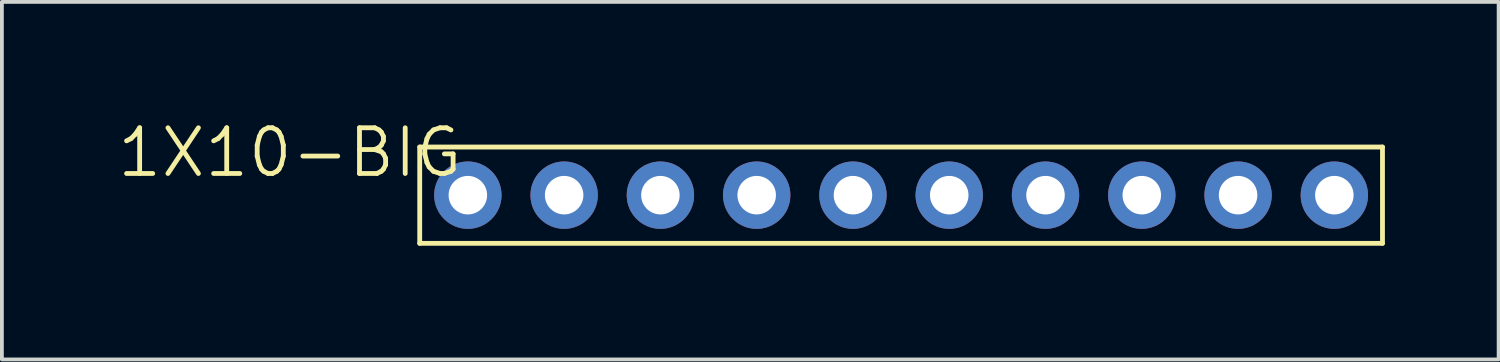
<source format=kicad_pcb>
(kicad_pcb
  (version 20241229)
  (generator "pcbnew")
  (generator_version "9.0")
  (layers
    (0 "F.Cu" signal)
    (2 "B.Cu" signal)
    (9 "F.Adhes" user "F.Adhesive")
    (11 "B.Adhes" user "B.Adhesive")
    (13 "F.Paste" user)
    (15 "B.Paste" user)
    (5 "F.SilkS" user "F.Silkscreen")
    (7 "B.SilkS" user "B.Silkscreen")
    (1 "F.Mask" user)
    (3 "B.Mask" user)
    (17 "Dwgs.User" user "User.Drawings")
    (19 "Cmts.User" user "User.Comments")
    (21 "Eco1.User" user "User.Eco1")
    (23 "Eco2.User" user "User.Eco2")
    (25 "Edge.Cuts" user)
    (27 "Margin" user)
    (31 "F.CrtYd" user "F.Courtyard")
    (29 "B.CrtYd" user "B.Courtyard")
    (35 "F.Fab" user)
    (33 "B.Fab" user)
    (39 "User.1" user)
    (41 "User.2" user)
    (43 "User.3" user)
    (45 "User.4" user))
  (footprint "1X10-BIG"
    (layer "F.Cu")
    (at 20.723 2.099)
    (property "Reference" "1X10-BIG" (at -11.506 -1.829 0) (layer "F.SilkS") (effects (font (size 1.206 1.206) (thickness 0.127)) (justify right top)))
    (attr through_hole)
    (fp_line (start -12.7 -1.27) (end 12.7 -1.27) (stroke (width 0.127) (type solid)) (layer "F.SilkS"))
    (fp_line (start -12.7 1.27) (end -12.7 -1.27) (stroke (width 0.127) (type solid)) (layer "F.SilkS"))
    (fp_line (start 12.7 -1.27) (end 12.7 1.27) (stroke (width 0.127) (type solid)) (layer "F.SilkS"))
    (fp_line (start 12.7 1.27) (end -12.7 1.27) (stroke (width 0.127) (type solid)) (layer "F.SilkS"))
    (fp_poly (pts (xy -11.684 0.254) (xy -11.176 0.254) (xy -11.176 -0.254) (xy -11.684 -0.254)) (stroke (width 0.1) (type solid)) (fill no) (layer "F.Fab"))
    (fp_poly (pts (xy -9.144 0.254) (xy -8.636 0.254) (xy -8.636 -0.254) (xy -9.144 -0.254)) (stroke (width 0.1) (type solid)) (fill no) (layer "F.Fab"))
    (fp_poly (pts (xy -6.604 0.254) (xy -6.096 0.254) (xy -6.096 -0.254) (xy -6.604 -0.254)) (stroke (width 0.1) (type solid)) (fill no) (layer "F.Fab"))
    (fp_poly (pts (xy -4.064 0.254) (xy -3.556 0.254) (xy -3.556 -0.254) (xy -4.064 -0.254)) (stroke (width 0.1) (type solid)) (fill no) (layer "F.Fab"))
    (fp_poly (pts (xy -1.524 0.254) (xy -1.016 0.254) (xy -1.016 -0.254) (xy -1.524 -0.254)) (stroke (width 0.1) (type solid)) (fill no) (layer "F.Fab"))
    (fp_poly (pts (xy 1.016 0.254) (xy 1.524 0.254) (xy 1.524 -0.254) (xy 1.016 -0.254)) (stroke (width 0.1) (type solid)) (fill no) (layer "F.Fab"))
    (fp_poly (pts (xy 3.556 0.254) (xy 4.064 0.254) (xy 4.064 -0.254) (xy 3.556 -0.254)) (stroke (width 0.1) (type solid)) (fill no) (layer "F.Fab"))
    (fp_poly (pts (xy 6.096 0.254) (xy 6.604 0.254) (xy 6.604 -0.254) (xy 6.096 -0.254)) (stroke (width 0.1) (type solid)) (fill no) (layer "F.Fab"))
    (fp_poly (pts (xy 8.636 0.254) (xy 9.144 0.254) (xy 9.144 -0.254) (xy 8.636 -0.254)) (stroke (width 0.1) (type solid)) (fill no) (layer "F.Fab"))
    (fp_poly (pts (xy 11.176 0.254) (xy 11.684 0.254) (xy 11.684 -0.254) (xy 11.176 -0.254)) (stroke (width 0.1) (type solid)) (fill no) (layer "F.Fab"))
    (pad "1" thru_hole circle (at -11.43 0 90) (size 1.778 1.778) (drill 1.016) (layers "*.Cu" "*.Mask"))
    (pad "2" thru_hole circle (at -8.89 0 90) (size 1.778 1.778) (drill 1.016) (layers "*.Cu" "*.Mask"))
    (pad "3" thru_hole circle (at -6.35 0 90) (size 1.778 1.778) (drill 1.016) (layers "*.Cu" "*.Mask"))
    (pad "4" thru_hole circle (at -3.81 0 90) (size 1.778 1.778) (drill 1.016) (layers "*.Cu" "*.Mask"))
    (pad "5" thru_hole circle (at -1.27 0 90) (size 1.778 1.778) (drill 1.016) (layers "*.Cu" "*.Mask"))
    (pad "6" thru_hole circle (at 1.27 0 90) (size 1.778 1.778) (drill 1.016) (layers "*.Cu" "*.Mask"))
    (pad "7" thru_hole circle (at 3.81 0 90) (size 1.778 1.778) (drill 1.016) (layers "*.Cu" "*.Mask"))
    (pad "8" thru_hole circle (at 6.35 0 90) (size 1.778 1.778) (drill 1.016) (layers "*.Cu" "*.Mask"))
    (pad "9" thru_hole circle (at 8.89 0 90) (size 1.778 1.778) (drill 1.016) (layers "*.Cu" "*.Mask"))
    (pad "10" thru_hole circle (at 11.43 0 90) (size 1.778 1.778) (drill 1.016) (layers "*.Cu" "*.Mask")))
  (gr_rect
    (start -3 -3)
    (end 36.487 6.432)
    (stroke (width 0.1) (type default))
    (fill no)
    (layer "Edge.Cuts")))
</source>
